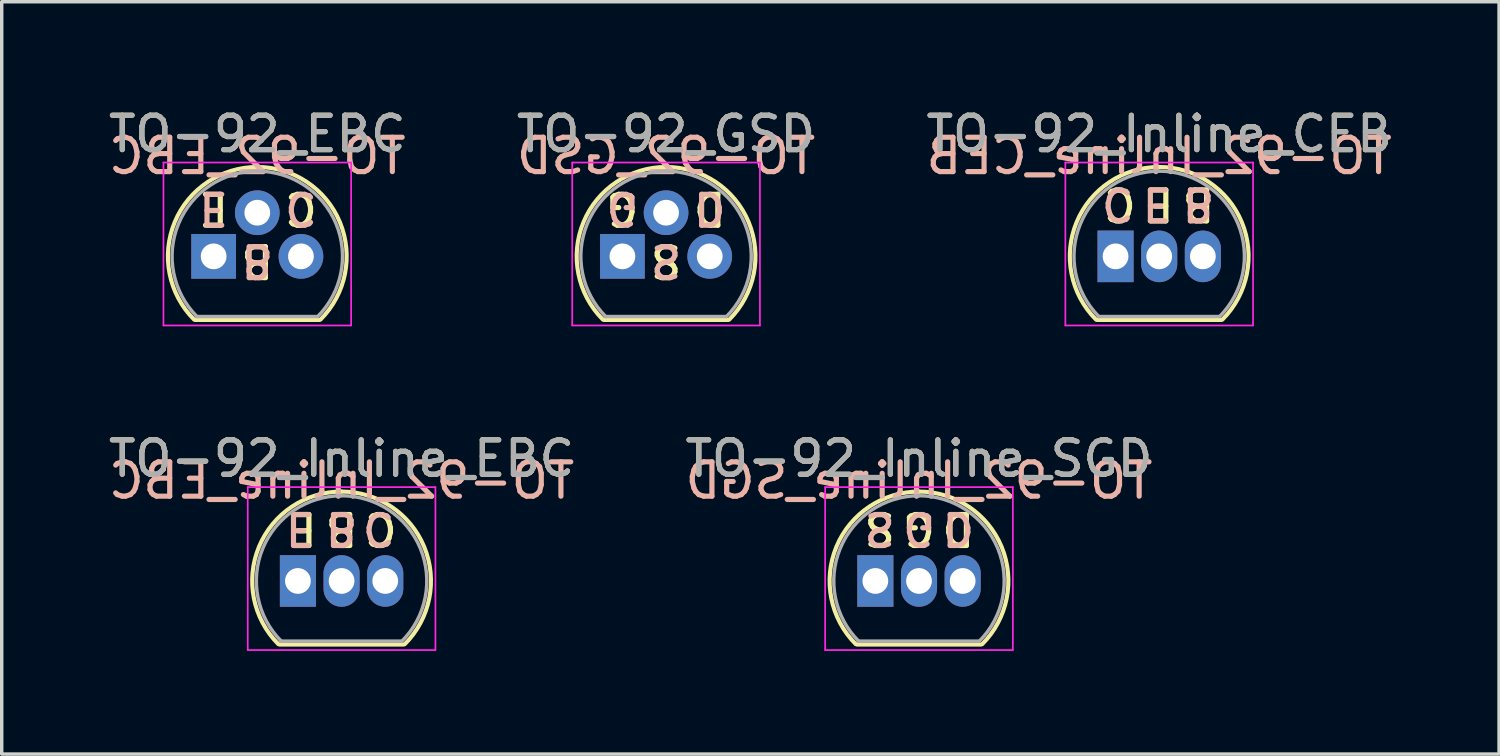
<source format=kicad_pcb>
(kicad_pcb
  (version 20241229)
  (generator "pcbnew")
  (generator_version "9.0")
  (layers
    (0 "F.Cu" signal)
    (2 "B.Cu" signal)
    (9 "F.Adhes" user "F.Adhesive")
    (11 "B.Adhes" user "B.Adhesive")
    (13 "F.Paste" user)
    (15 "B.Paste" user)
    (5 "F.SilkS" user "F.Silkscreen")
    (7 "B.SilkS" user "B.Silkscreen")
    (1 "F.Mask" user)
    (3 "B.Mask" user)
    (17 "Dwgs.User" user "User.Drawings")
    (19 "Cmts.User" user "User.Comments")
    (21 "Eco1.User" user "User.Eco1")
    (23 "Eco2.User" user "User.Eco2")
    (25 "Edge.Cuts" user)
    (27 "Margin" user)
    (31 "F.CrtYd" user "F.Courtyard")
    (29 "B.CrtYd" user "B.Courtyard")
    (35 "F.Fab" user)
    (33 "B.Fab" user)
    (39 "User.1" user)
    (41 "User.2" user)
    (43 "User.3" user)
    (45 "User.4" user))
  (footprint "TO-92_Inline_EBC"
    (layer "F.Cu")
    (at 5.617 13.851)
    (property "Reference" "TO-92_Inline_EBC" (at 1.27 -3.56 0) (layer "F.SilkS") (effects (font (size 1 1) (thickness 0.15))))
    (fp_line (start -0.53 1.85) (end 3.07 1.85) (stroke (width 0.12) (type solid)) (layer "F.SilkS"))
    (fp_arc (start -0.568478 1.838478) (mid -1.132087 -0.994977) (end 1.27 -2.6) (stroke (width 0.12) (type solid)) (layer "F.SilkS"))
    (fp_arc (start 1.27 -2.6) (mid 3.672087 -0.994977) (end 3.108478 1.838478) (stroke (width 0.12) (type solid)) (layer "F.SilkS"))
    (fp_line (start -1.46 -2.73) (end -1.46 2.01) (stroke (width 0.05) (type solid)) (layer "F.CrtYd"))
    (fp_line (start -1.46 -2.73) (end 4 -2.73) (stroke (width 0.05) (type solid)) (layer "F.CrtYd"))
    (fp_line (start 4 2.01) (end -1.46 2.01) (stroke (width 0.05) (type solid)) (layer "F.CrtYd"))
    (fp_line (start 4 2.01) (end 4 -2.73) (stroke (width 0.05) (type solid)) (layer "F.CrtYd"))
    (fp_line (start -0.5 1.75) (end 3 1.75) (stroke (width 0.1) (type solid)) (layer "F.Fab"))
    (fp_arc (start -0.483625 1.753625) (mid -1.021221 -0.949055) (end 1.27 -2.48) (stroke (width 0.1) (type solid)) (layer "F.Fab"))
    (fp_arc (start 1.27 -2.48) (mid 3.561221 -0.949055) (end 3.023625 1.753625) (stroke (width 0.1) (type solid)) (layer "F.Fab"))
    (fp_text user "B" (at 1.27 -1.524 180) (unlocked yes) (layer "F.SilkS") (effects (font (size 0.9 0.9) (thickness 0.15))))
    (fp_text user "C" (at 2.413 -1.524 180) (unlocked yes) (layer "F.SilkS") (effects (font (size 0.9 0.9) (thickness 0.15))))
    (fp_text user "E" (at 0.127 -1.524 180) (unlocked yes) (layer "F.SilkS") (effects (font (size 0.9 0.9) (thickness 0.15))))
    (fp_text user "C" (at 2.349 -1.524 180) (unlocked yes) (layer "B.SilkS") (effects (font (size 0.9 0.9) (thickness 0.15)) (justify mirror)))
    (fp_text user "${REFERENCE}" (at 1.27 -2.921 0) (layer "B.SilkS") (effects (font (size 1 1) (thickness 0.15)) (justify mirror)))
    (fp_text user "E" (at 0.064 -1.524 180) (unlocked yes) (layer "B.SilkS") (effects (font (size 0.9 0.9) (thickness 0.15)) (justify mirror)))
    (fp_text user "B" (at 1.27 -1.524 180) (unlocked yes) (layer "B.SilkS") (effects (font (size 0.9 0.9) (thickness 0.15)) (justify mirror)))
    (fp_text user "${REFERENCE}" (at 1.27 -3.56 0) (layer "F.Fab") (effects (font (size 1 1) (thickness 0.15))))
    (pad "1" thru_hole rect (at 0 0) (size 1.05 1.5) (drill 0.75) (layers "*.Cu" "*.Mask"))
    (pad "2" thru_hole oval (at 1.27 0) (size 1.05 1.5) (drill 0.75) (layers "*.Cu" "*.Mask"))
    (pad "3" thru_hole oval (at 2.54 0) (size 1.05 1.5) (drill 0.75) (layers "*.Cu" "*.Mask")))
  (footprint "TO-92_EBC"
    (layer "F.Cu")
    (at 3.165 4.408)
    (property "Reference" "TO-92_EBC" (at 1.27 -3.56 0) (layer "F.SilkS") (effects (font (size 1 1) (thickness 0.15))))
    (fp_line (start -0.53 1.85) (end 3.07 1.85) (stroke (width 0.12) (type solid)) (layer "F.SilkS"))
    (fp_arc (start -0.568478 1.838478) (mid -1.132087 -0.994977) (end 1.27 -2.6) (stroke (width 0.12) (type solid)) (layer "F.SilkS"))
    (fp_arc (start 1.27 -2.6) (mid 3.672087 -0.994977) (end 3.108478 1.838478) (stroke (width 0.12) (type solid)) (layer "F.SilkS"))
    (fp_line (start -1.46 -2.73) (end -1.46 2.01) (stroke (width 0.05) (type solid)) (layer "F.CrtYd"))
    (fp_line (start -1.46 -2.73) (end 4 -2.73) (stroke (width 0.05) (type solid)) (layer "F.CrtYd"))
    (fp_line (start 4 2.01) (end -1.46 2.01) (stroke (width 0.05) (type solid)) (layer "F.CrtYd"))
    (fp_line (start 4 2.01) (end 4 -2.73) (stroke (width 0.05) (type solid)) (layer "F.CrtYd"))
    (fp_line (start -0.5 1.75) (end 3 1.75) (stroke (width 0.1) (type solid)) (layer "F.Fab"))
    (fp_arc (start -0.483625 1.753625) (mid -1.021221 -0.949055) (end 1.27 -2.48) (stroke (width 0.1) (type solid)) (layer "F.Fab"))
    (fp_arc (start 1.27 -2.48) (mid 3.561221 -0.949055) (end 3.023625 1.753625) (stroke (width 0.1) (type solid)) (layer "F.Fab"))
    (fp_text user "B" (at 1.27 0.127 180) (unlocked yes) (layer "F.SilkS") (effects (font (size 0.9 0.9) (thickness 0.15))))
    (fp_text user "E" (at 0 -1.397 180) (unlocked yes) (layer "F.SilkS") (effects (font (size 0.9 0.9) (thickness 0.15))))
    (fp_text user "C" (at 2.54 -1.397 180) (unlocked yes) (layer "F.SilkS") (effects (font (size 0.9 0.9) (thickness 0.15))))
    (fp_text user "E" (at 0 -1.397 180) (unlocked yes) (layer "B.SilkS") (effects (font (size 0.9 0.9) (thickness 0.15)) (justify mirror)))
    (fp_text user "${REFERENCE}" (at 1.27 -2.921 0) (layer "B.SilkS") (effects (font (size 1 1) (thickness 0.15)) (justify mirror)))
    (fp_text user "B" (at 1.27 0.127 180) (unlocked yes) (layer "B.SilkS") (effects (font (size 0.9 0.9) (thickness 0.15)) (justify mirror)))
    (fp_text user "C" (at 2.54 -1.397 180) (unlocked yes) (layer "B.SilkS") (effects (font (size 0.9 0.9) (thickness 0.15)) (justify mirror)))
    (fp_text user "${REFERENCE}" (at 1.27 -3.56 0) (layer "F.Fab") (effects (font (size 1 1) (thickness 0.15))))
    (pad "1" thru_hole rect (at 0 0 90) (size 1.3 1.3) (drill 0.75) (layers "*.Cu" "*.Mask"))
    (pad "2" thru_hole circle (at 1.27 -1.27 90) (size 1.3 1.3) (drill 0.75) (layers "*.Cu" "*.Mask"))
    (pad "3" thru_hole circle (at 2.54 0 90) (size 1.3 1.3) (drill 0.75) (layers "*.Cu" "*.Mask")))
  (footprint "TO-92_Inline_CEB"
    (layer "F.Cu")
    (at 29.403 4.408)
    (property "Reference" "TO-92_Inline_CEB" (at 1.27 -3.56 0) (layer "F.SilkS") (effects (font (size 1 1) (thickness 0.15))))
    (fp_line (start -0.53 1.85) (end 3.07 1.85) (stroke (width 0.12) (type solid)) (layer "F.SilkS"))
    (fp_arc (start -0.568478 1.838478) (mid -1.132087 -0.994977) (end 1.27 -2.6) (stroke (width 0.12) (type solid)) (layer "F.SilkS"))
    (fp_arc (start 1.27 -2.6) (mid 3.672087 -0.994977) (end 3.108478 1.838478) (stroke (width 0.12) (type solid)) (layer "F.SilkS"))
    (fp_line (start -1.46 -2.73) (end -1.46 2.01) (stroke (width 0.05) (type solid)) (layer "F.CrtYd"))
    (fp_line (start -1.46 -2.73) (end 4 -2.73) (stroke (width 0.05) (type solid)) (layer "F.CrtYd"))
    (fp_line (start 4 2.01) (end -1.46 2.01) (stroke (width 0.05) (type solid)) (layer "F.CrtYd"))
    (fp_line (start 4 2.01) (end 4 -2.73) (stroke (width 0.05) (type solid)) (layer "F.CrtYd"))
    (fp_line (start -0.5 1.75) (end 3 1.75) (stroke (width 0.1) (type solid)) (layer "F.Fab"))
    (fp_arc (start -0.483625 1.753625) (mid -1.021221 -0.949055) (end 1.27 -2.48) (stroke (width 0.1) (type solid)) (layer "F.Fab"))
    (fp_arc (start 1.27 -2.48) (mid 3.561221 -0.949055) (end 3.023625 1.753625) (stroke (width 0.1) (type solid)) (layer "F.Fab"))
    (fp_text user "C" (at 0.127 -1.524 180) (unlocked yes) (layer "F.SilkS") (effects (font (size 0.9 0.9) (thickness 0.15))))
    (fp_text user "E" (at 1.27 -1.524 180) (unlocked yes) (layer "F.SilkS") (effects (font (size 0.9 0.9) (thickness 0.15))))
    (fp_text user "B" (at 2.413 -1.524 180) (unlocked yes) (layer "F.SilkS") (effects (font (size 0.9 0.9) (thickness 0.15))))
    (fp_text user "C" (at 0.064 -1.524 180) (unlocked yes) (layer "B.SilkS") (effects (font (size 0.9 0.9) (thickness 0.15)) (justify mirror)))
    (fp_text user "E" (at 1.206 -1.524 180) (unlocked yes) (layer "B.SilkS") (effects (font (size 0.9 0.9) (thickness 0.15)) (justify mirror)))
    (fp_text user "B" (at 2.413 -1.524 180) (unlocked yes) (layer "B.SilkS") (effects (font (size 0.9 0.9) (thickness 0.15)) (justify mirror)))
    (fp_text user "${REFERENCE}" (at 1.27 -2.921 0) (layer "B.SilkS") (effects (font (size 1 1) (thickness 0.15)) (justify mirror)))
    (fp_text user "${REFERENCE}" (at 1.27 -3.56 0) (layer "F.Fab") (effects (font (size 1 1) (thickness 0.15))))
    (pad "1" thru_hole rect (at 0 0) (size 1.05 1.5) (drill 0.75) (layers "*.Cu" "*.Mask"))
    (pad "2" thru_hole oval (at 1.27 0) (size 1.05 1.5) (drill 0.75) (layers "*.Cu" "*.Mask"))
    (pad "3" thru_hole oval (at 2.54 0) (size 1.05 1.5) (drill 0.75) (layers "*.Cu" "*.Mask")))
  (footprint "TO-92_GSD"
    (layer "F.Cu")
    (at 15.057 4.408)
    (property "Reference" "TO-92_GSD" (at 1.27 -3.56 0) (layer "F.SilkS") (effects (font (size 1 1) (thickness 0.15))))
    (fp_line (start -0.53 1.85) (end 3.07 1.85) (stroke (width 0.12) (type solid)) (layer "F.SilkS"))
    (fp_arc (start -0.568478 1.838478) (mid -1.132087 -0.994977) (end 1.27 -2.6) (stroke (width 0.12) (type solid)) (layer "F.SilkS"))
    (fp_arc (start 1.27 -2.6) (mid 3.672087 -0.994977) (end 3.108478 1.838478) (stroke (width 0.12) (type solid)) (layer "F.SilkS"))
    (fp_line (start -1.46 -2.73) (end -1.46 2.01) (stroke (width 0.05) (type solid)) (layer "F.CrtYd"))
    (fp_line (start -1.46 -2.73) (end 4 -2.73) (stroke (width 0.05) (type solid)) (layer "F.CrtYd"))
    (fp_line (start 4 2.01) (end -1.46 2.01) (stroke (width 0.05) (type solid)) (layer "F.CrtYd"))
    (fp_line (start 4 2.01) (end 4 -2.73) (stroke (width 0.05) (type solid)) (layer "F.CrtYd"))
    (fp_line (start -0.5 1.75) (end 3 1.75) (stroke (width 0.1) (type solid)) (layer "F.Fab"))
    (fp_arc (start -0.483625 1.753625) (mid -1.021221 -0.949055) (end 1.27 -2.48) (stroke (width 0.1) (type solid)) (layer "F.Fab"))
    (fp_arc (start 1.27 -2.48) (mid 3.561221 -0.949055) (end 3.023625 1.753625) (stroke (width 0.1) (type solid)) (layer "F.Fab"))
    (fp_text user "S" (at 1.27 0.127 180) (unlocked yes) (layer "F.SilkS") (effects (font (size 0.9 0.9) (thickness 0.15))))
    (fp_text user "D" (at 2.54 -1.397 180) (unlocked yes) (layer "F.SilkS") (effects (font (size 0.9 0.9) (thickness 0.15))))
    (fp_text user "G" (at 0 -1.397 180) (unlocked yes) (layer "F.SilkS") (effects (font (size 0.9 0.9) (thickness 0.15))))
    (fp_text user "D" (at 2.54 -1.397 180) (unlocked yes) (layer "B.SilkS") (effects (font (size 0.9 0.9) (thickness 0.15)) (justify mirror)))
    (fp_text user "G" (at 0 -1.397 180) (unlocked yes) (layer "B.SilkS") (effects (font (size 0.9 0.9) (thickness 0.15)) (justify mirror)))
    (fp_text user "${REFERENCE}" (at 1.27 -2.921 0) (layer "B.SilkS") (effects (font (size 1 1) (thickness 0.15)) (justify mirror)))
    (fp_text user "S" (at 1.27 0.127 180) (unlocked yes) (layer "B.SilkS") (effects (font (size 0.9 0.9) (thickness 0.15)) (justify mirror)))
    (fp_text user "${REFERENCE}" (at 1.27 -3.56 0) (layer "F.Fab") (effects (font (size 1 1) (thickness 0.15))))
    (pad "1" thru_hole rect (at 0 0 90) (size 1.3 1.3) (drill 0.75) (layers "*.Cu" "*.Mask"))
    (pad "2" thru_hole circle (at 1.27 -1.27 90) (size 1.3 1.3) (drill 0.75) (layers "*.Cu" "*.Mask"))
    (pad "3" thru_hole circle (at 2.54 0 90) (size 1.3 1.3) (drill 0.75) (layers "*.Cu" "*.Mask")))
  (footprint "TO-92_Inline_SGD"
    (layer "F.Cu")
    (at 22.415 13.851)
    (property "Reference" "TO-92_Inline_SGD" (at 1.27 -3.56 0) (layer "F.SilkS") (effects (font (size 1 1) (thickness 0.15))))
    (fp_line (start -0.53 1.85) (end 3.07 1.85) (stroke (width 0.12) (type solid)) (layer "F.SilkS"))
    (fp_arc (start -0.568478 1.838478) (mid -1.132087 -0.994977) (end 1.27 -2.6) (stroke (width 0.12) (type solid)) (layer "F.SilkS"))
    (fp_arc (start 1.27 -2.6) (mid 3.672087 -0.994977) (end 3.108478 1.838478) (stroke (width 0.12) (type solid)) (layer "F.SilkS"))
    (fp_line (start -1.46 -2.73) (end -1.46 2.01) (stroke (width 0.05) (type solid)) (layer "F.CrtYd"))
    (fp_line (start -1.46 -2.73) (end 4 -2.73) (stroke (width 0.05) (type solid)) (layer "F.CrtYd"))
    (fp_line (start 4 2.01) (end -1.46 2.01) (stroke (width 0.05) (type solid)) (layer "F.CrtYd"))
    (fp_line (start 4 2.01) (end 4 -2.73) (stroke (width 0.05) (type solid)) (layer "F.CrtYd"))
    (fp_line (start -0.5 1.75) (end 3 1.75) (stroke (width 0.1) (type solid)) (layer "F.Fab"))
    (fp_arc (start -0.483625 1.753625) (mid -1.021221 -0.949055) (end 1.27 -2.48) (stroke (width 0.1) (type solid)) (layer "F.Fab"))
    (fp_arc (start 1.27 -2.48) (mid 3.561221 -0.949055) (end 3.023625 1.753625) (stroke (width 0.1) (type solid)) (layer "F.Fab"))
    (fp_text user "D" (at 2.413 -1.524 180) (unlocked yes) (layer "F.SilkS") (effects (font (size 0.9 0.9) (thickness 0.15))))
    (fp_text user "S" (at 0.127 -1.524 180) (unlocked yes) (layer "F.SilkS") (effects (font (size 0.9 0.9) (thickness 0.15))))
    (fp_text user "G" (at 1.27 -1.524 180) (unlocked yes) (layer "F.SilkS") (effects (font (size 0.9 0.9) (thickness 0.15))))
    (fp_text user "G" (at 1.27 -1.524 180) (unlocked yes) (layer "B.SilkS") (effects (font (size 0.9 0.9) (thickness 0.15)) (justify mirror)))
    (fp_text user "D" (at 2.413 -1.524 180) (unlocked yes) (layer "B.SilkS") (effects (font (size 0.9 0.9) (thickness 0.15)) (justify mirror)))
    (fp_text user "S" (at 0.127 -1.524 180) (unlocked yes) (layer "B.SilkS") (effects (font (size 0.9 0.9) (thickness 0.15)) (justify mirror)))
    (fp_text user "${REFERENCE}" (at 1.27 -2.921 0) (layer "B.SilkS") (effects (font (size 1 1) (thickness 0.15)) (justify mirror)))
    (fp_text user "${REFERENCE}" (at 1.27 -3.56 0) (layer "F.Fab") (effects (font (size 1 1) (thickness 0.15))))
    (pad "1" thru_hole rect (at 0 0) (size 1.05 1.5) (drill 0.75) (layers "*.Cu" "*.Mask"))
    (pad "2" thru_hole oval (at 1.27 0) (size 1.05 1.5) (drill 0.75) (layers "*.Cu" "*.Mask"))
    (pad "3" thru_hole oval (at 2.54 0) (size 1.05 1.5) (drill 0.75) (layers "*.Cu" "*.Mask")))
  (gr_rect
    (start -3 -3)
    (end 40.56 18.887)
    (stroke (width 0.1) (type default))
    (fill no)
    (layer "Edge.Cuts")))
</source>
